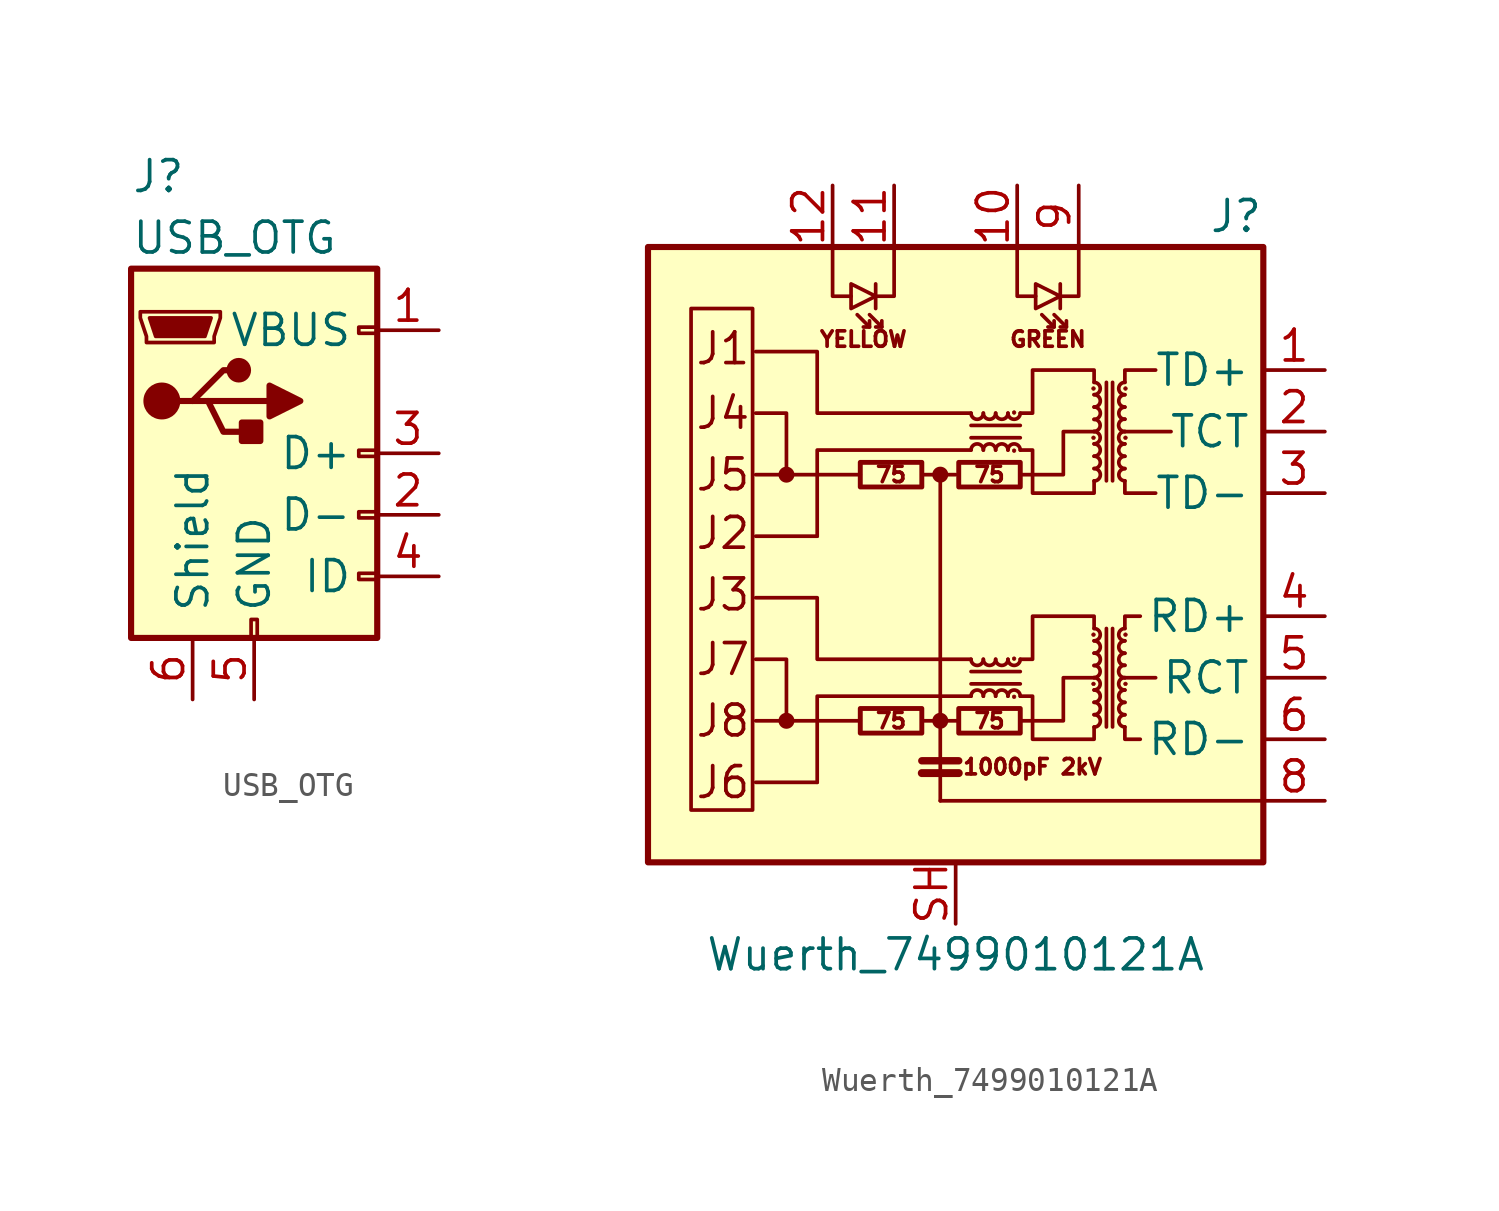
<source format=kicad_sym>
(kicad_symbol_lib
  (version 20201005)
  (generator kicad_symbol_editor)
  (symbol "Connector:USB_OTG"
    (pin_names
      (offset 1.016))
    (property "Reference" "J"
      (at -5.08 11.43 0)
      (effects (font (size 1.27 1.27)) (justify left)))
    (property "Value" "USB_OTG"
      (at -5.08 8.89 0)
      (effects (font (size 1.27 1.27)) (justify left)))
    (symbol "USB_OTG_0_1"
      (circle (center -3.81 2.159) (radius 0.635) (stroke (width 0.254)) (fill (type outline)))
      (circle (center -0.635 3.429) (radius 0.381) (stroke (width 0.254)) (fill (type outline)))
      (rectangle (start -5.08 -7.62) (end 5.08 7.62) (stroke (width 0.254)) (fill (type background)))
      (rectangle (start -0.127 -7.62) (end 0.127 -6.858) (stroke (width 0)) (fill (type none)))
      (rectangle (start 0.254 1.27) (end -0.508 0.508) (stroke (width 0.254)) (fill (type outline)))
      (rectangle (start 5.08 -5.207) (end 4.318 -4.953) (stroke (width 0)) (fill (type none)))
      (rectangle (start 5.08 -2.667) (end 4.318 -2.413) (stroke (width 0)) (fill (type none)))
      (rectangle (start 5.08 -0.127) (end 4.318 0.127) (stroke (width 0)) (fill (type none)))
      (rectangle (start 5.08 4.953) (end 4.318 5.207) (stroke (width 0)) (fill (type none)))
      (polyline (pts (xy -1.905 2.159) (xy 0.635 2.159)) (stroke (width 0.254)) (fill (type none)))
      (polyline (pts (xy -3.175 2.159) (xy -2.54 2.159) (xy -1.27 3.429) (xy -0.635 3.429)) (stroke (width 0.254)) (fill (type none)))
      (polyline (pts (xy -2.54 2.159) (xy -1.905 2.159) (xy -1.27 0.889) (xy 0 0.889)) (stroke (width 0.254)) (fill (type none)))
      (polyline (pts (xy 0.635 2.794) (xy 0.635 1.524) (xy 1.905 2.159) (xy 0.635 2.794)) (stroke (width 0.254)) (fill (type outline)))
      (polyline (pts (xy -4.318 5.588) (xy -1.778 5.588) (xy -2.032 4.826) (xy -4.064 4.826) (xy -4.318 5.588)) (stroke (width 0)) (fill (type outline)))
      (polyline (pts (xy -4.699 5.842) (xy -4.699 5.588) (xy -4.445 4.826) (xy -4.445 4.572) (xy -1.651 4.572) (xy -1.651 4.826) (xy -1.397 5.588) (xy -1.397 5.842) (xy -4.699 5.842)) (stroke (width 0)) (fill (type none))))
    (symbol "USB_OTG_1_1"
      (pin passive line (at 7.62 5.08 180) (length 2.54) (name "VBUS" (effects (font (size 1.27 1.27)))) (number "1" (effects (font (size 1.27 1.27)))))
      (pin bidirectional line (at 7.62 -2.54 180) (length 2.54) (name "D-" (effects (font (size 1.27 1.27)))) (number "2" (effects (font (size 1.27 1.27)))))
      (pin bidirectional line (at 7.62 0 180) (length 2.54) (name "D+" (effects (font (size 1.27 1.27)))) (number "3" (effects (font (size 1.27 1.27)))))
      (pin passive line (at 7.62 -5.08 180) (length 2.54) (name "ID" (effects (font (size 1.27 1.27)))) (number "4" (effects (font (size 1.27 1.27)))))
      (pin passive line (at 0 -10.16 90) (length 2.54) (name "GND" (effects (font (size 1.27 1.27)))) (number "5" (effects (font (size 1.27 1.27)))))
      (pin passive line (at -2.54 -10.16 90) (length 2.54) (name "Shield" (effects (font (size 1.27 1.27)))) (number "6" (effects (font (size 1.27 1.27)))))))
  (symbol "Connector:Wuerth_7499010121A"
    (property "Reference" "J"
      (at 12.7 13.97 0)
      (effects (font (size 1.27 1.27)) (justify right)))
    (property "Value" "Wuerth_7499010121A"
      (at 0 -16.51 0)
      (effects (font (size 1.27 1.27))))
    (symbol "Wuerth_7499010121A_0_0"
      (text "1000pF 2kV" (at 3.175 -8.763 0) (effects (font (size 0.635 0.635))))
      (text "75" (at -2.667 -6.858 0) (effects (font (size 0.635 0.635))))
      (text "75" (at -2.667 3.302 0) (effects (font (size 0.635 0.635))))
      (text "75" (at 1.397 -6.858 0) (effects (font (size 0.635 0.635))))
      (text "75" (at 1.397 3.302 0) (effects (font (size 0.635 0.635))))
      (text "GREEN" (at 3.81 8.89 0) (effects (font (size 0.635 0.635))))
      (text "J1" (at -10.795 8.509 0) (effects (font (size 1.27 1.27)) (justify left)))
      (text "J2" (at -10.795 0.889 0) (effects (font (size 1.27 1.27)) (justify left)))
      (text "J3" (at -10.795 -1.651 0) (effects (font (size 1.27 1.27)) (justify left)))
      (text "J4" (at -10.795 5.842 0) (effects (font (size 1.27 1.27)) (justify left)))
      (text "J5" (at -10.795 3.302 0) (effects (font (size 1.27 1.27)) (justify left)))
      (text "J6" (at -10.795 -9.398 0) (effects (font (size 1.27 1.27)) (justify left)))
      (text "J7" (at -10.795 -4.318 0) (effects (font (size 1.27 1.27)) (justify left)))
      (text "J8" (at -10.795 -6.858 0) (effects (font (size 1.27 1.27)) (justify left)))
      (text "YELLOW" (at -3.81 8.89 0) (effects (font (size 0.635 0.635))))
      (rectangle (start -12.7 12.7) (end 12.7 -12.7) (stroke (width 0.254)) (fill (type background)))
      (polyline (pts (xy -3.937 -6.858) (xy -8.255 -6.858)) (stroke (width 0)) (fill (type none)))
      (polyline (pts (xy -3.937 3.302) (xy -8.255 3.302)) (stroke (width 0)) (fill (type none)))
      (polyline (pts (xy -0.635 -10.16) (xy 12.7 -10.16)) (stroke (width 0)) (fill (type none)))
      (polyline (pts (xy 8.255 -5.08) (xy 6.985 -5.08)) (stroke (width 0)) (fill (type none)))
      (polyline (pts (xy 8.89 5.08) (xy 6.985 5.08)) (stroke (width 0)) (fill (type none)))
      (polyline (pts (xy 0.635 -4.318) (xy -5.715 -4.318) (xy -5.715 -1.778) (xy -8.255 -1.778)) (stroke (width 0)) (fill (type none)))
      (polyline (pts (xy 0.635 5.842) (xy -5.715 5.842) (xy -5.715 8.382) (xy -8.255 8.382)) (stroke (width 0)) (fill (type none)))
      (polyline (pts (xy 2.667 -6.858) (xy 4.445 -6.858) (xy 4.445 -5.08) (xy 5.715 -5.08)) (stroke (width 0)) (fill (type none)))
      (polyline (pts (xy 2.667 3.302) (xy 4.445 3.302) (xy 4.445 5.08) (xy 5.715 5.08)) (stroke (width 0)) (fill (type none))))
    (symbol "Wuerth_7499010121A_0_1"
      (arc (start 1.143 -5.842) (end 0.635 -5.842) (radius (at 0.889 -5.842) (length 0.254) (angles 0.1 179.9)) (stroke (width 0)) (fill (type none)))
      (arc (start 0.635 -4.318) (end 1.143 -4.318) (radius (at 0.889 -4.318) (length 0.254) (angles -179.9 -0.1)) (stroke (width 0)) (fill (type none)))
      (arc (start 1.143 4.318) (end 0.635 4.318) (radius (at 0.889 4.318) (length 0.254) (angles 0.1 179.9)) (stroke (width 0)) (fill (type none)))
      (arc (start 0.635 5.842) (end 1.143 5.842) (radius (at 0.889 5.842) (length 0.254) (angles -179.9 -0.1)) (stroke (width 0)) (fill (type none)))
      (arc (start 1.651 -5.842) (end 1.143 -5.842) (radius (at 1.397 -5.842) (length 0.254) (angles 0.1 179.9)) (stroke (width 0)) (fill (type none)))
      (arc (start 1.143 -4.318) (end 1.651 -4.318) (radius (at 1.397 -4.318) (length 0.254) (angles -179.9 -0.1)) (stroke (width 0)) (fill (type none)))
      (arc (start 1.651 4.318) (end 1.143 4.318) (radius (at 1.397 4.318) (length 0.254) (angles 0.1 179.9)) (stroke (width 0)) (fill (type none)))
      (arc (start 1.143 5.842) (end 1.651 5.842) (radius (at 1.397 5.842) (length 0.254) (angles -179.9 -0.1)) (stroke (width 0)) (fill (type none)))
      (arc (start 2.159 -5.842) (end 1.651 -5.842) (radius (at 1.905 -5.842) (length 0.254) (angles 0.1 179.9)) (stroke (width 0)) (fill (type none)))
      (arc (start 1.651 -4.318) (end 2.159 -4.318) (radius (at 1.905 -4.318) (length 0.254) (angles -179.9 -0.1)) (stroke (width 0)) (fill (type none)))
      (arc (start 2.159 4.318) (end 1.651 4.318) (radius (at 1.905 4.318) (length 0.254) (angles 0.1 179.9)) (stroke (width 0)) (fill (type none)))
      (arc (start 1.651 5.842) (end 2.159 5.842) (radius (at 1.905 5.842) (length 0.254) (angles -179.9 -0.1)) (stroke (width 0)) (fill (type none)))
      (arc (start 2.667 -5.842) (end 2.159 -5.842) (radius (at 2.413 -5.842) (length 0.254) (angles 0.1 179.9)) (stroke (width 0)) (fill (type none)))
      (arc (start 2.159 -4.318) (end 2.667 -4.318) (radius (at 2.413 -4.318) (length 0.254) (angles -179.9 -0.1)) (stroke (width 0)) (fill (type none)))
      (arc (start 2.667 4.318) (end 2.159 4.318) (radius (at 2.413 4.318) (length 0.254) (angles 0.1 179.9)) (stroke (width 0)) (fill (type none)))
      (arc (start 2.159 5.842) (end 2.667 5.842) (radius (at 2.413 5.842) (length 0.254) (angles -179.9 -0.1)) (stroke (width 0)) (fill (type none)))
      (arc (start 5.715 -7.112) (end 5.715 -6.604) (radius (at 5.715 -6.858) (length 0.254) (angles -89.9 89.9)) (stroke (width 0)) (fill (type none)))
      (arc (start 5.715 -6.604) (end 5.715 -6.096) (radius (at 5.715 -6.35) (length 0.254) (angles -89.9 89.9)) (stroke (width 0)) (fill (type none)))
      (arc (start 5.715 -6.096) (end 5.715 -5.588) (radius (at 5.715 -5.842) (length 0.254) (angles -89.9 89.9)) (stroke (width 0)) (fill (type none)))
      (arc (start 5.715 -5.588) (end 5.715 -5.08) (radius (at 5.715 -5.334) (length 0.254) (angles -89.9 89.9)) (stroke (width 0)) (fill (type none)))
      (arc (start 5.715 -5.08) (end 5.715 -4.572) (radius (at 5.715 -4.826) (length 0.254) (angles -89.9 89.9)) (stroke (width 0)) (fill (type none)))
      (arc (start 5.715 -4.572) (end 5.715 -4.064) (radius (at 5.715 -4.318) (length 0.254) (angles -89.9 89.9)) (stroke (width 0)) (fill (type none)))
      (arc (start 5.715 -4.064) (end 5.715 -3.556) (radius (at 5.715 -3.81) (length 0.254) (angles -89.9 89.9)) (stroke (width 0)) (fill (type none)))
      (arc (start 5.715 -3.556) (end 5.715 -3.048) (radius (at 5.715 -3.302) (length 0.254) (angles -89.9 89.9)) (stroke (width 0)) (fill (type none)))
      (arc (start 5.715 3.048) (end 5.715 3.556) (radius (at 5.715 3.302) (length 0.254) (angles -89.9 89.9)) (stroke (width 0)) (fill (type none)))
      (arc (start 5.715 3.556) (end 5.715 4.064) (radius (at 5.715 3.81) (length 0.254) (angles -89.9 89.9)) (stroke (width 0)) (fill (type none)))
      (arc (start 5.715 4.064) (end 5.715 4.572) (radius (at 5.715 4.318) (length 0.254) (angles -89.9 89.9)) (stroke (width 0)) (fill (type none)))
      (arc (start 5.715 4.572) (end 5.715 5.08) (radius (at 5.715 4.826) (length 0.254) (angles -89.9 89.9)) (stroke (width 0)) (fill (type none)))
      (arc (start 5.715 5.08) (end 5.715 5.588) (radius (at 5.715 5.334) (length 0.254) (angles -89.9 89.9)) (stroke (width 0)) (fill (type none)))
      (arc (start 5.715 5.588) (end 5.715 6.096) (radius (at 5.715 5.842) (length 0.254) (angles -89.9 89.9)) (stroke (width 0)) (fill (type none)))
      (arc (start 5.715 6.096) (end 5.715 6.604) (radius (at 5.715 6.35) (length 0.254) (angles -89.9 89.9)) (stroke (width 0)) (fill (type none)))
      (arc (start 5.715 6.604) (end 5.715 7.112) (radius (at 5.715 6.858) (length 0.254) (angles -89.9 89.9)) (stroke (width 0)) (fill (type none)))
      (arc (start 6.985 -6.604) (end 6.985 -7.112) (radius (at 6.985 -6.858) (length 0.254) (angles 90.1 -90.1)) (stroke (width 0)) (fill (type none)))
      (arc (start 6.985 -6.096) (end 6.985 -6.604) (radius (at 6.985 -6.35) (length 0.254) (angles 90.1 -90.1)) (stroke (width 0)) (fill (type none)))
      (arc (start 6.985 -5.588) (end 6.985 -6.096) (radius (at 6.985 -5.842) (length 0.254) (angles 90.1 -90.1)) (stroke (width 0)) (fill (type none)))
      (arc (start 6.985 -5.08) (end 6.985 -5.588) (radius (at 6.985 -5.334) (length 0.254) (angles 90.1 -90.1)) (stroke (width 0)) (fill (type none)))
      (arc (start 6.985 -4.572) (end 6.985 -5.08) (radius (at 6.985 -4.826) (length 0.254) (angles 90.1 -90.1)) (stroke (width 0)) (fill (type none)))
      (arc (start 6.985 -4.064) (end 6.985 -4.572) (radius (at 6.985 -4.318) (length 0.254) (angles 90.1 -90.1)) (stroke (width 0)) (fill (type none)))
      (arc (start 6.985 -3.556) (end 6.985 -4.064) (radius (at 6.985 -3.81) (length 0.254) (angles 90.1 -90.1)) (stroke (width 0)) (fill (type none)))
      (arc (start 6.985 -3.048) (end 6.985 -3.556) (radius (at 6.985 -3.302) (length 0.254) (angles 90.1 -90.1)) (stroke (width 0)) (fill (type none)))
      (arc (start 6.985 3.556) (end 6.985 3.048) (radius (at 6.985 3.302) (length 0.254) (angles 90.1 -90.1)) (stroke (width 0)) (fill (type none)))
      (arc (start 6.985 4.064) (end 6.985 3.556) (radius (at 6.985 3.81) (length 0.254) (angles 90.1 -90.1)) (stroke (width 0)) (fill (type none)))
      (arc (start 6.985 4.572) (end 6.985 4.064) (radius (at 6.985 4.318) (length 0.254) (angles 90.1 -90.1)) (stroke (width 0)) (fill (type none)))
      (arc (start 6.985 5.08) (end 6.985 4.572) (radius (at 6.985 4.826) (length 0.254) (angles 90.1 -90.1)) (stroke (width 0)) (fill (type none)))
      (arc (start 6.985 5.588) (end 6.985 5.08) (radius (at 6.985 5.334) (length 0.254) (angles 90.1 -90.1)) (stroke (width 0)) (fill (type none)))
      (arc (start 6.985 6.096) (end 6.985 5.588) (radius (at 6.985 5.842) (length 0.254) (angles 90.1 -90.1)) (stroke (width 0)) (fill (type none)))
      (arc (start 6.985 6.604) (end 6.985 6.096) (radius (at 6.985 6.35) (length 0.254) (angles 90.1 -90.1)) (stroke (width 0)) (fill (type none)))
      (arc (start 6.985 7.112) (end 6.985 6.604) (radius (at 6.985 6.858) (length 0.254) (angles 90.1 -90.1)) (stroke (width 0)) (fill (type none)))
      (circle (center -6.985 -6.858) (radius 0.254) (stroke (width 0)) (fill (type outline)))
      (circle (center -6.985 3.302) (radius 0.254) (stroke (width 0)) (fill (type outline)))
      (circle (center -0.635 -6.858) (radius 0.254) (stroke (width 0)) (fill (type outline)))
      (circle (center -0.635 3.302) (radius 0.254) (stroke (width 0)) (fill (type outline)))
      (circle (center 2.413 -5.867) (radius 0.076) (stroke (width 0.025)) (fill (type outline)))
      (circle (center 2.413 -4.293) (radius 0.076) (stroke (width 0.025)) (fill (type outline)))
      (circle (center 2.413 4.293) (radius 0.076) (stroke (width 0.025)) (fill (type outline)))
      (circle (center 2.413 5.867) (radius 0.076) (stroke (width 0.025)) (fill (type outline)))
      (circle (center 5.69 -5.334) (radius 0.076) (stroke (width 0.025)) (fill (type outline)))
      (circle (center 5.69 -3.302) (radius 0.076) (stroke (width 0.025)) (fill (type outline)))
      (circle (center 5.69 4.826) (radius 0.076) (stroke (width 0.025)) (fill (type outline)))
      (circle (center 5.69 6.858) (radius 0.076) (stroke (width 0.025)) (fill (type outline)))
      (circle (center 7.01 -5.334) (radius 0.076) (stroke (width 0.025)) (fill (type outline)))
      (circle (center 7.01 -3.302) (radius 0.076) (stroke (width 0.025)) (fill (type outline)))
      (circle (center 7.01 4.826) (radius 0.076) (stroke (width 0.025)) (fill (type outline)))
      (circle (center 7.01 6.858) (radius 0.076) (stroke (width 0.025)) (fill (type outline)))
      (rectangle (start -8.382 -10.541) (end -10.922 10.16) (stroke (width 0)) (fill (type none)))
      (rectangle (start -3.937 -7.366) (end -1.397 -6.35) (stroke (width 0.203)) (fill (type none)))
      (rectangle (start -3.937 2.794) (end -1.397 3.81) (stroke (width 0.203)) (fill (type none)))
      (rectangle (start 0.127 -7.366) (end 2.667 -6.35) (stroke (width 0.203)) (fill (type none)))
      (rectangle (start 0.127 2.794) (end 2.667 3.81) (stroke (width 0.203)) (fill (type none)))
      (polyline (pts (xy -5.715 -9.398) (xy -8.255 -9.398)) (stroke (width 0)) (fill (type none)))
      (polyline (pts (xy -5.715 0.762) (xy -8.255 0.762)) (stroke (width 0)) (fill (type none)))
      (polyline (pts (xy -3.556 9.398) (xy -4.064 9.906)) (stroke (width 0)) (fill (type none)))
      (polyline (pts (xy -3.302 11.176) (xy -3.302 10.16)) (stroke (width 0)) (fill (type none)))
      (polyline (pts (xy -3.048 9.398) (xy -3.556 9.906)) (stroke (width 0)) (fill (type none)))
      (polyline (pts (xy -1.397 -9.017) (xy 0.127 -9.017)) (stroke (width 0.33)) (fill (type none)))
      (polyline (pts (xy -1.397 -8.509) (xy 0.127 -8.509)) (stroke (width 0.305)) (fill (type none)))
      (polyline (pts (xy -0.635 3.302) (xy -1.397 3.302)) (stroke (width 0)) (fill (type none)))
      (polyline (pts (xy 0.127 -6.858) (xy -1.397 -6.858)) (stroke (width 0)) (fill (type none)))
      (polyline (pts (xy 0.635 -5.334) (xy 2.667 -5.334)) (stroke (width 0)) (fill (type none)))
      (polyline (pts (xy 0.635 4.826) (xy 2.667 4.826)) (stroke (width 0)) (fill (type none)))
      (polyline (pts (xy 2.667 -4.826) (xy 0.635 -4.826)) (stroke (width 0)) (fill (type none)))
      (polyline (pts (xy 2.667 5.334) (xy 0.635 5.334)) (stroke (width 0)) (fill (type none)))
      (polyline (pts (xy 4.064 9.398) (xy 3.556 9.906)) (stroke (width 0)) (fill (type none)))
      (polyline (pts (xy 4.318 11.176) (xy 4.318 10.16)) (stroke (width 0)) (fill (type none)))
      (polyline (pts (xy 4.572 9.398) (xy 4.064 9.906)) (stroke (width 0)) (fill (type none)))
      (polyline (pts (xy 6.223 -3.048) (xy 6.223 -7.112)) (stroke (width 0)) (fill (type none)))
      (polyline (pts (xy 6.223 7.112) (xy 6.223 3.048)) (stroke (width 0)) (fill (type none)))
      (polyline (pts (xy 6.477 -7.112) (xy 6.477 -3.048)) (stroke (width 0)) (fill (type none)))
      (polyline (pts (xy 6.477 3.048) (xy 6.477 7.112)) (stroke (width 0)) (fill (type none)))
      (polyline (pts (xy -6.985 -6.858) (xy -6.985 -4.318) (xy -8.255 -4.318)) (stroke (width 0)) (fill (type none)))
      (polyline (pts (xy -6.985 3.302) (xy -6.985 5.842) (xy -8.255 5.842)) (stroke (width 0)) (fill (type none)))
      (polyline (pts (xy -5.08 12.7) (xy -5.08 10.668) (xy -4.318 10.668)) (stroke (width 0)) (fill (type none)))
      (polyline (pts (xy -3.556 9.652) (xy -3.556 9.398) (xy -3.81 9.398)) (stroke (width 0)) (fill (type none)))
      (polyline (pts (xy -3.048 9.652) (xy -3.048 9.398) (xy -3.302 9.398)) (stroke (width 0)) (fill (type none)))
      (polyline (pts (xy -2.54 12.7) (xy -2.54 10.668) (xy -3.302 10.668)) (stroke (width 0)) (fill (type none)))
      (polyline (pts (xy -0.635 -10.16) (xy -0.635 3.302) (xy 0 3.302)) (stroke (width 0)) (fill (type none)))
      (polyline (pts (xy 0.635 -5.842) (xy -5.715 -5.842) (xy -5.715 -9.398)) (stroke (width 0)) (fill (type none)))
      (polyline (pts (xy 0.635 4.318) (xy -5.715 4.318) (xy -5.715 0.762)) (stroke (width 0)) (fill (type none)))
      (polyline (pts (xy 2.54 12.7) (xy 2.54 10.668) (xy 3.302 10.668)) (stroke (width 0)) (fill (type none)))
      (polyline (pts (xy 4.064 9.652) (xy 4.064 9.398) (xy 3.81 9.398)) (stroke (width 0)) (fill (type none)))
      (polyline (pts (xy 4.572 9.652) (xy 4.572 9.398) (xy 4.318 9.398)) (stroke (width 0)) (fill (type none)))
      (polyline (pts (xy 5.08 12.7) (xy 5.08 10.668) (xy 4.318 10.668)) (stroke (width 0)) (fill (type none)))
      (polyline (pts (xy 6.985 -7.112) (xy 6.985 -7.62) (xy 7.62 -7.62)) (stroke (width 0)) (fill (type none)))
      (polyline (pts (xy 6.985 -3.048) (xy 6.985 -2.54) (xy 7.62 -2.54)) (stroke (width 0)) (fill (type none)))
      (polyline (pts (xy 6.985 3.048) (xy 6.985 2.54) (xy 8.255 2.54)) (stroke (width 0)) (fill (type none)))
      (polyline (pts (xy 6.985 7.112) (xy 6.985 7.62) (xy 8.255 7.62)) (stroke (width 0)) (fill (type none)))
      (polyline (pts (xy -3.302 10.668) (xy -4.318 11.176) (xy -4.318 10.16) (xy -3.302 10.668)) (stroke (width 0)) (fill (type none)))
      (polyline (pts (xy 4.318 10.668) (xy 3.302 11.176) (xy 3.302 10.16) (xy 4.318 10.668)) (stroke (width 0)) (fill (type none)))
      (polyline (pts (xy 2.667 -4.318) (xy 3.175 -4.318) (xy 3.175 -2.54) (xy 5.715 -2.54) (xy 5.715 -3.048)) (stroke (width 0)) (fill (type none)))
      (polyline (pts (xy 2.667 5.842) (xy 3.175 5.842) (xy 3.175 7.62) (xy 5.715 7.62) (xy 5.715 7.112)) (stroke (width 0)) (fill (type none)))
      (polyline (pts (xy 5.715 -7.112) (xy 5.715 -7.62) (xy 3.175 -7.62) (xy 3.175 -5.842) (xy 2.667 -5.842)) (stroke (width 0)) (fill (type none)))
      (polyline (pts (xy 5.715 3.048) (xy 5.715 2.54) (xy 3.175 2.54) (xy 3.175 4.318) (xy 2.667 4.318)) (stroke (width 0)) (fill (type none))))
    (symbol "Wuerth_7499010121A_1_1"
      (pin passive line (at 15.24 7.62 180) (length 2.54) (name "TD+" (effects (font (size 1.27 1.27)))) (number "1" (effects (font (size 1.27 1.27)))))
      (pin passive line (at 2.54 15.24 270) (length 2.54) (name "~" (effects (font (size 1.27 1.27)))) (number "10" (effects (font (size 1.27 1.27)))))
      (pin passive line (at -2.54 15.24 270) (length 2.54) (name "~" (effects (font (size 1.27 1.27)))) (number "11" (effects (font (size 1.27 1.27)))))
      (pin passive line (at -5.08 15.24 270) (length 2.54) (name "~" (effects (font (size 1.27 1.27)))) (number "12" (effects (font (size 1.27 1.27)))))
      (pin passive line (at 15.24 5.08 180) (length 2.54) (name "TCT" (effects (font (size 1.27 1.27)))) (number "2" (effects (font (size 1.27 1.27)))))
      (pin passive line (at 15.24 2.54 180) (length 2.54) (name "TD-" (effects (font (size 1.27 1.27)))) (number "3" (effects (font (size 1.27 1.27)))))
      (pin passive line (at 15.24 -2.54 180) (length 2.54) (name "RD+" (effects (font (size 1.27 1.27)))) (number "4" (effects (font (size 1.27 1.27)))))
      (pin passive line (at 15.24 -5.08 180) (length 2.54) (name "RCT" (effects (font (size 1.27 1.27)))) (number "5" (effects (font (size 1.27 1.27)))))
      (pin passive line (at 15.24 -7.62 180) (length 2.54) (name "RD-" (effects (font (size 1.27 1.27)))) (number "6" (effects (font (size 1.27 1.27)))))
      (pin passive line (at 15.24 -10.16 180) (length 2.54) (name "~" (effects (font (size 1.27 1.27)))) (number "8" (effects (font (size 1.27 1.27)))))
      (pin passive line (at 5.08 15.24 270) (length 2.54) (name "~" (effects (font (size 1.27 1.27)))) (number "9" (effects (font (size 1.27 1.27)))))
      (pin passive line (at 0 -15.24 90) (length 2.54) (name "~" (effects (font (size 1.27 1.27)))) (number "SH" (effects (font (size 1.27 1.27))))))))
</source>
